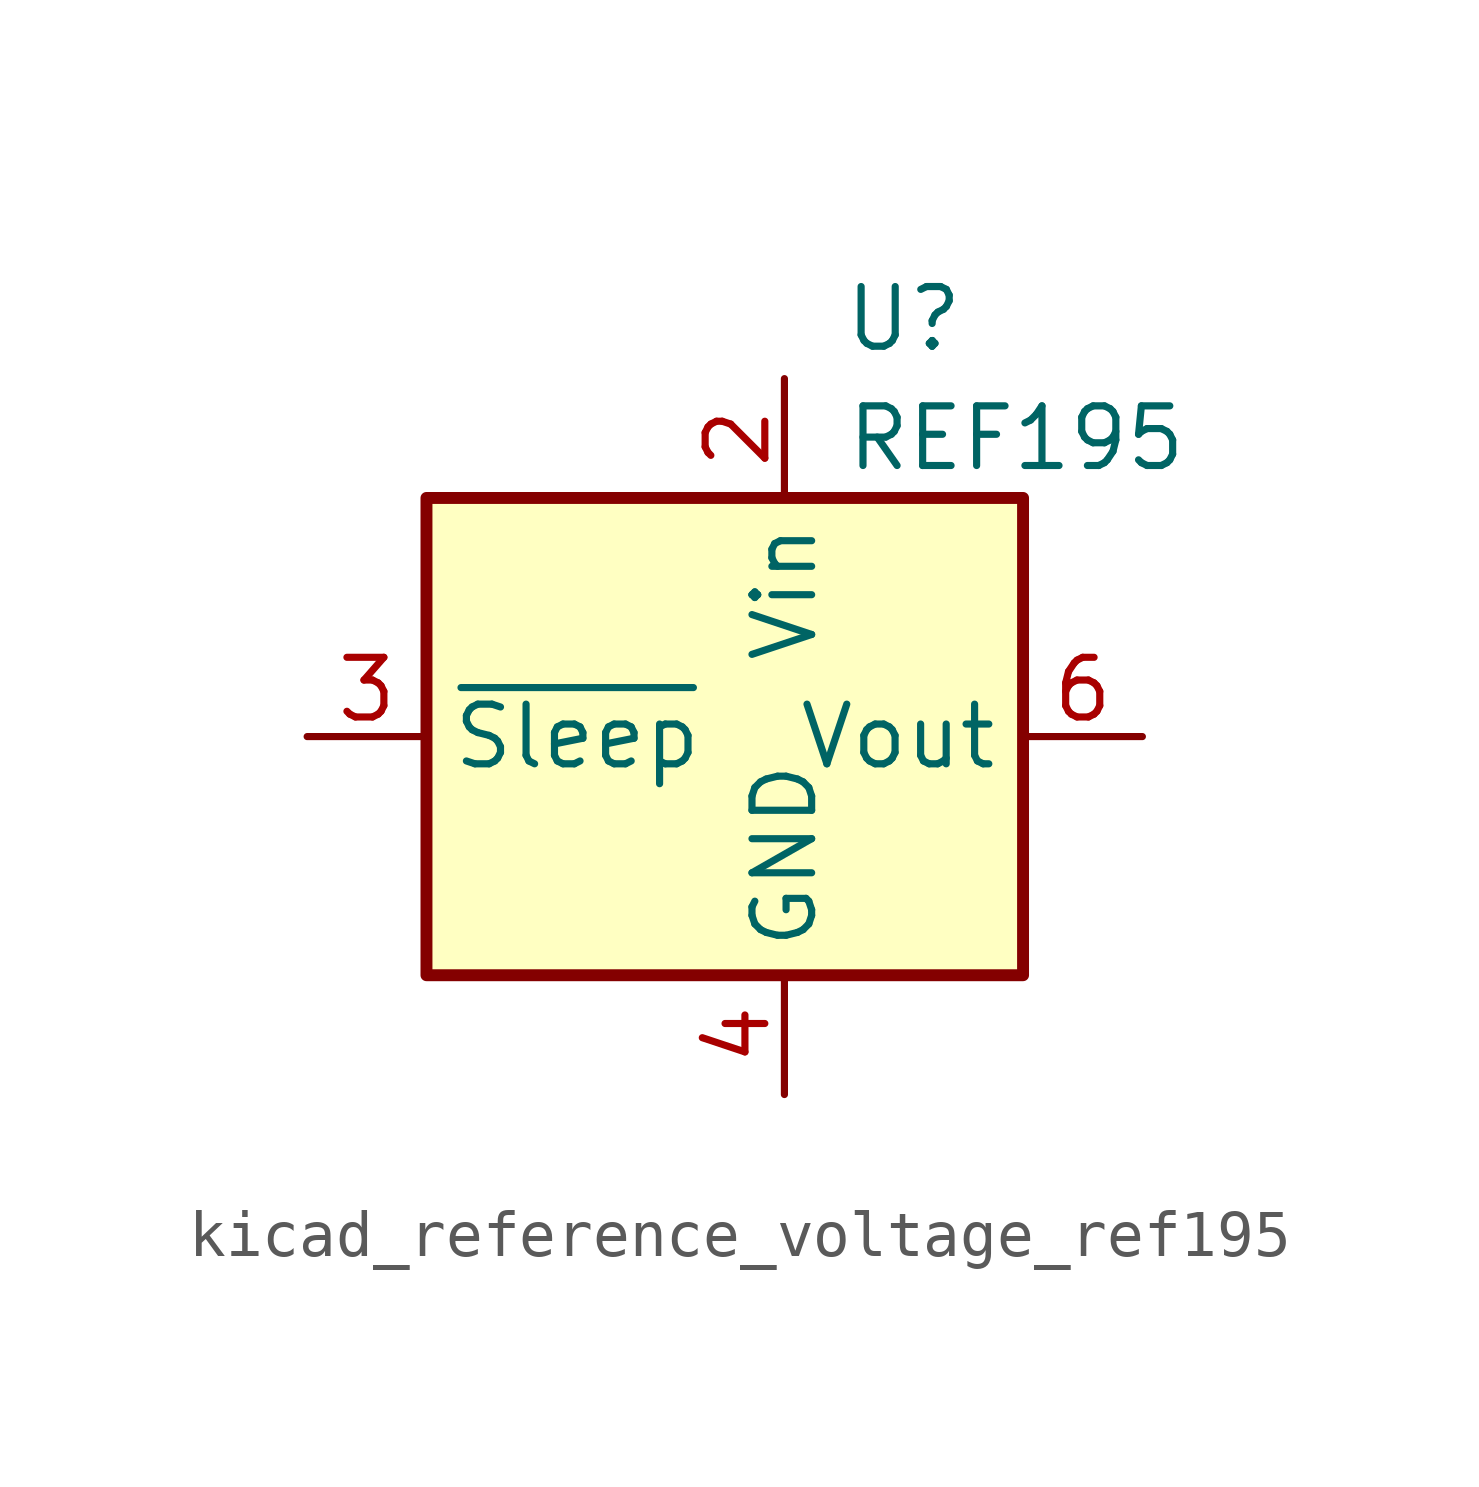
<source format=kicad_sym>
(kicad_symbol_lib
  (version 20220914)
  (generator kicad_symbol_editor)
  (symbol "kicad_reference_voltage_ref195"
    (property "Reference" "U"
      (at 2.54 8.89 0)
      (effects (font (size 1.27 1.27))))
    (property "Value" "REF195"
      (at 1.27 6.35 0)
      (effects (font (size 1.27 1.27)) (justify left)))
    (symbol "kicad_reference_voltage_ref195_0_1"
      (rectangle (start -7.62 5.08) (end 5.08 -5.08) (stroke (width 0.254) (type default)) (fill (type background))))
    (symbol "kicad_reference_voltage_ref195_1_1"
      (pin no_connect line (at -7.62 2.54 0) (length 2.54) hide (name "TP" (effects (font (size 1.27 1.27)))) (number "1" (effects (font (size 1.27 1.27)))))
      (pin power_in line (at 0 7.62 270) (length 2.54) (name "Vin" (effects (font (size 1.27 1.27)))) (number "2" (effects (font (size 1.27 1.27)))))
      (pin input line (at -10.16 0 0) (length 2.54) (name "~{Sleep}" (effects (font (size 1.27 1.27)))) (number "3" (effects (font (size 1.27 1.27)))))
      (pin power_in line (at 0 -7.62 90) (length 2.54) (name "GND" (effects (font (size 1.27 1.27)))) (number "4" (effects (font (size 1.27 1.27)))))
      (pin no_connect line (at -5.08 -5.08 90) (length 2.54) hide (name "TP" (effects (font (size 1.27 1.27)))) (number "5" (effects (font (size 1.27 1.27)))))
      (pin power_out line (at 7.62 0 180) (length 2.54) (name "Vout" (effects (font (size 1.27 1.27)))) (number "6" (effects (font (size 1.27 1.27)))))
      (pin no_connect line (at -2.54 -5.08 90) (length 2.54) hide (name "NC" (effects (font (size 1.27 1.27)))) (number "7" (effects (font (size 1.27 1.27)))))
      (pin no_connect line (at 2.54 -5.08 90) (length 2.54) hide (name "NC" (effects (font (size 1.27 1.27)))) (number "8" (effects (font (size 1.27 1.27))))))))
</source>
